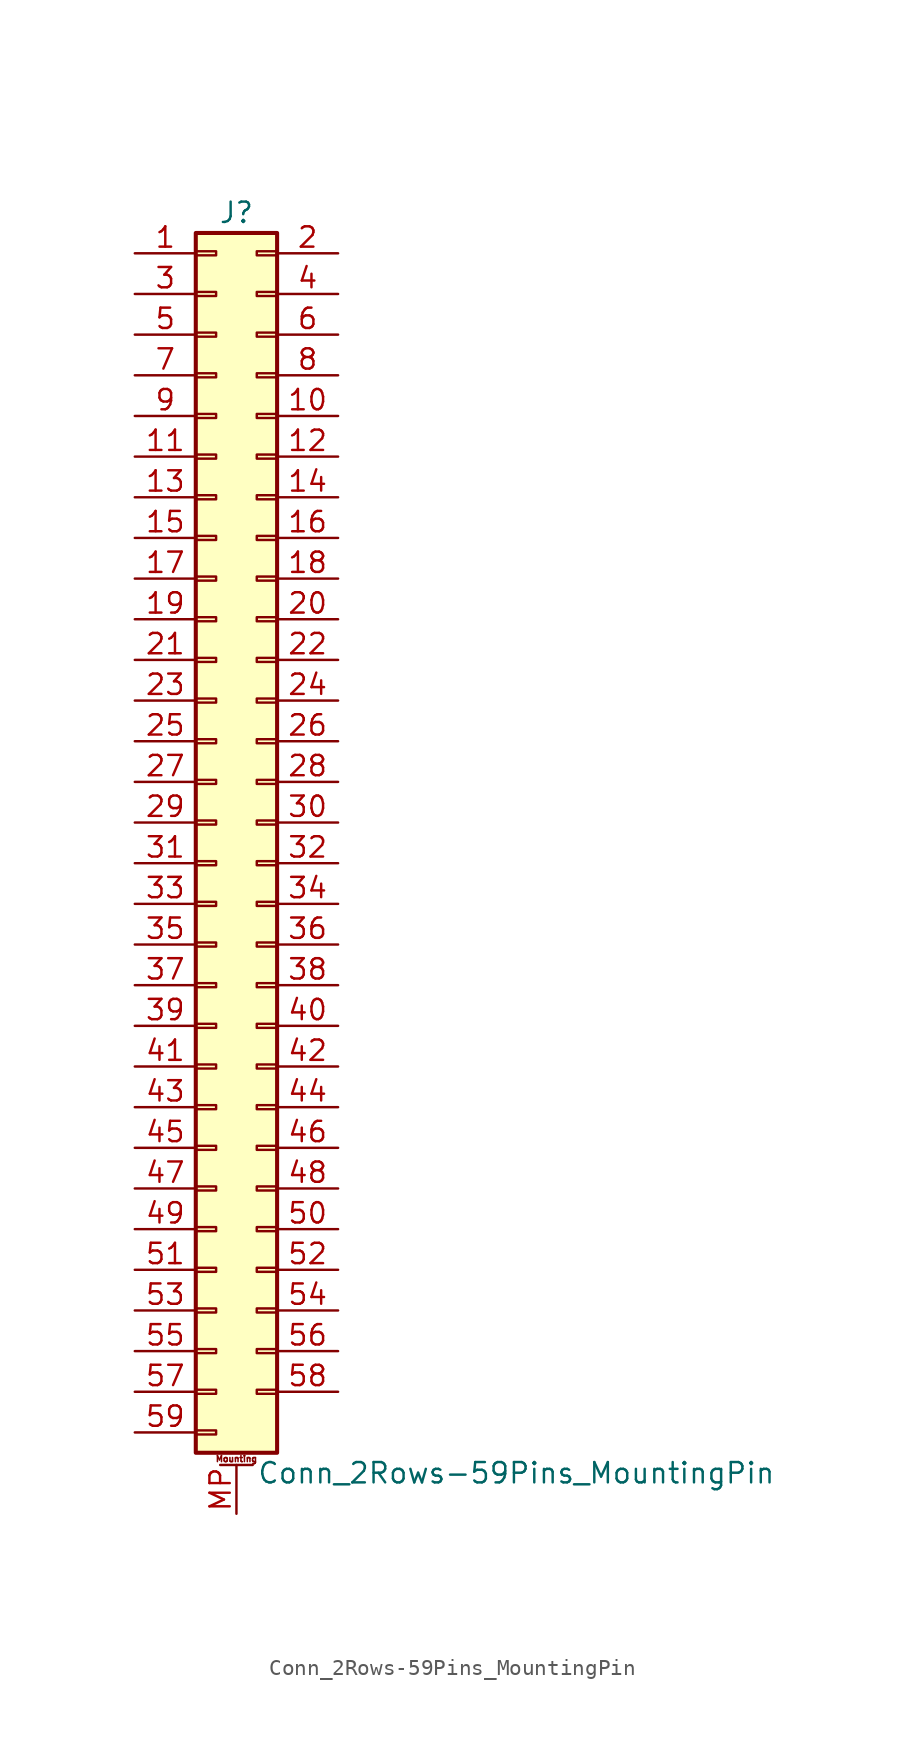
<source format=kicad_sym>
(kicad_symbol_lib
  (version 20201005)
  (generator kicad_symbol_editor)
  (symbol "Conn_2Rows-59Pins_MountingPin"
    (pin_names
      (offset 1.016) hide)
    (property "Reference" "J"
      (at 1.27 38.1 0)
      (effects (font (size 1.27 1.27))))
    (property "Value" "Conn_2Rows-59Pins_MountingPin"
      (at 2.54 -40.64 0)
      (effects (font (size 1.27 1.27)) (justify left)))
    (symbol "Conn_2Rows-59Pins_MountingPin_1_1"
      (text "Mounting" (at 1.27 -39.751 0) (effects (font (size 0.381 0.381))))
      (rectangle (start -1.27 -37.973) (end 0 -38.227) (stroke (width 0.152)) (fill (type none)))
      (rectangle (start -1.27 -35.433) (end 0 -35.687) (stroke (width 0.152)) (fill (type none)))
      (rectangle (start -1.27 -32.893) (end 0 -33.147) (stroke (width 0.152)) (fill (type none)))
      (rectangle (start -1.27 -30.353) (end 0 -30.607) (stroke (width 0.152)) (fill (type none)))
      (rectangle (start -1.27 -27.813) (end 0 -28.067) (stroke (width 0.152)) (fill (type none)))
      (rectangle (start -1.27 -25.273) (end 0 -25.527) (stroke (width 0.152)) (fill (type none)))
      (rectangle (start -1.27 -22.733) (end 0 -22.987) (stroke (width 0.152)) (fill (type none)))
      (rectangle (start -1.27 -20.193) (end 0 -20.447) (stroke (width 0.152)) (fill (type none)))
      (rectangle (start -1.27 -17.653) (end 0 -17.907) (stroke (width 0.152)) (fill (type none)))
      (rectangle (start -1.27 -15.113) (end 0 -15.367) (stroke (width 0.152)) (fill (type none)))
      (rectangle (start -1.27 -12.573) (end 0 -12.827) (stroke (width 0.152)) (fill (type none)))
      (rectangle (start -1.27 -10.033) (end 0 -10.287) (stroke (width 0.152)) (fill (type none)))
      (rectangle (start -1.27 -7.493) (end 0 -7.747) (stroke (width 0.152)) (fill (type none)))
      (rectangle (start -1.27 -4.953) (end 0 -5.207) (stroke (width 0.152)) (fill (type none)))
      (rectangle (start -1.27 -2.413) (end 0 -2.667) (stroke (width 0.152)) (fill (type none)))
      (rectangle (start -1.27 0.127) (end 0 -0.127) (stroke (width 0.152)) (fill (type none)))
      (rectangle (start -1.27 2.667) (end 0 2.413) (stroke (width 0.152)) (fill (type none)))
      (rectangle (start -1.27 5.207) (end 0 4.953) (stroke (width 0.152)) (fill (type none)))
      (rectangle (start -1.27 7.747) (end 0 7.493) (stroke (width 0.152)) (fill (type none)))
      (rectangle (start -1.27 10.287) (end 0 10.033) (stroke (width 0.152)) (fill (type none)))
      (rectangle (start -1.27 12.827) (end 0 12.573) (stroke (width 0.152)) (fill (type none)))
      (rectangle (start -1.27 15.367) (end 0 15.113) (stroke (width 0.152)) (fill (type none)))
      (rectangle (start -1.27 17.907) (end 0 17.653) (stroke (width 0.152)) (fill (type none)))
      (rectangle (start -1.27 20.447) (end 0 20.193) (stroke (width 0.152)) (fill (type none)))
      (rectangle (start -1.27 22.987) (end 0 22.733) (stroke (width 0.152)) (fill (type none)))
      (rectangle (start -1.27 25.527) (end 0 25.273) (stroke (width 0.152)) (fill (type none)))
      (rectangle (start -1.27 28.067) (end 0 27.813) (stroke (width 0.152)) (fill (type none)))
      (rectangle (start -1.27 30.607) (end 0 30.353) (stroke (width 0.152)) (fill (type none)))
      (rectangle (start -1.27 33.147) (end 0 32.893) (stroke (width 0.152)) (fill (type none)))
      (rectangle (start -1.27 35.687) (end 0 35.433) (stroke (width 0.152)) (fill (type none)))
      (rectangle (start 3.81 -35.433) (end 2.54 -35.687) (stroke (width 0.152)) (fill (type none)))
      (rectangle (start 3.81 -32.893) (end 2.54 -33.147) (stroke (width 0.152)) (fill (type none)))
      (rectangle (start 3.81 -30.353) (end 2.54 -30.607) (stroke (width 0.152)) (fill (type none)))
      (rectangle (start 3.81 -27.813) (end 2.54 -28.067) (stroke (width 0.152)) (fill (type none)))
      (rectangle (start 3.81 -25.273) (end 2.54 -25.527) (stroke (width 0.152)) (fill (type none)))
      (rectangle (start 3.81 -22.733) (end 2.54 -22.987) (stroke (width 0.152)) (fill (type none)))
      (rectangle (start 3.81 -20.193) (end 2.54 -20.447) (stroke (width 0.152)) (fill (type none)))
      (rectangle (start 3.81 -17.653) (end 2.54 -17.907) (stroke (width 0.152)) (fill (type none)))
      (rectangle (start 3.81 -15.113) (end 2.54 -15.367) (stroke (width 0.152)) (fill (type none)))
      (rectangle (start 3.81 -12.573) (end 2.54 -12.827) (stroke (width 0.152)) (fill (type none)))
      (rectangle (start 3.81 -10.033) (end 2.54 -10.287) (stroke (width 0.152)) (fill (type none)))
      (rectangle (start 3.81 -7.493) (end 2.54 -7.747) (stroke (width 0.152)) (fill (type none)))
      (rectangle (start 3.81 -4.953) (end 2.54 -5.207) (stroke (width 0.152)) (fill (type none)))
      (rectangle (start 3.81 -2.413) (end 2.54 -2.667) (stroke (width 0.152)) (fill (type none)))
      (rectangle (start 3.81 0.127) (end 2.54 -0.127) (stroke (width 0.152)) (fill (type none)))
      (rectangle (start 3.81 2.667) (end 2.54 2.413) (stroke (width 0.152)) (fill (type none)))
      (rectangle (start 3.81 5.207) (end 2.54 4.953) (stroke (width 0.152)) (fill (type none)))
      (rectangle (start 3.81 7.747) (end 2.54 7.493) (stroke (width 0.152)) (fill (type none)))
      (rectangle (start 3.81 10.287) (end 2.54 10.033) (stroke (width 0.152)) (fill (type none)))
      (rectangle (start 3.81 12.827) (end 2.54 12.573) (stroke (width 0.152)) (fill (type none)))
      (rectangle (start 3.81 15.367) (end 2.54 15.113) (stroke (width 0.152)) (fill (type none)))
      (rectangle (start 3.81 17.907) (end 2.54 17.653) (stroke (width 0.152)) (fill (type none)))
      (rectangle (start 3.81 20.447) (end 2.54 20.193) (stroke (width 0.152)) (fill (type none)))
      (rectangle (start 3.81 22.987) (end 2.54 22.733) (stroke (width 0.152)) (fill (type none)))
      (rectangle (start 3.81 25.527) (end 2.54 25.273) (stroke (width 0.152)) (fill (type none)))
      (rectangle (start 3.81 28.067) (end 2.54 27.813) (stroke (width 0.152)) (fill (type none)))
      (rectangle (start 3.81 30.607) (end 2.54 30.353) (stroke (width 0.152)) (fill (type none)))
      (rectangle (start 3.81 33.147) (end 2.54 32.893) (stroke (width 0.152)) (fill (type none)))
      (rectangle (start 3.81 35.687) (end 2.54 35.433) (stroke (width 0.152)) (fill (type none)))
      (rectangle (start -1.27 36.83) (end 3.81 -39.37) (stroke (width 0.254)) (fill (type background)))
      (polyline (pts (xy 0.254 -40.132) (xy 2.286 -40.132)) (stroke (width 0.152)) (fill (type none)))
      (pin passive line (at -5.08 35.56 0) (length 3.81) (name "Pin_1" (effects (font (size 1.27 1.27)))) (number "1" (effects (font (size 1.27 1.27)))))
      (pin passive line (at 7.62 25.4 180) (length 3.81) (name "Pin_10" (effects (font (size 1.27 1.27)))) (number "10" (effects (font (size 1.27 1.27)))))
      (pin passive line (at -5.08 22.86 0) (length 3.81) (name "Pin_11" (effects (font (size 1.27 1.27)))) (number "11" (effects (font (size 1.27 1.27)))))
      (pin passive line (at 7.62 22.86 180) (length 3.81) (name "Pin_12" (effects (font (size 1.27 1.27)))) (number "12" (effects (font (size 1.27 1.27)))))
      (pin passive line (at -5.08 20.32 0) (length 3.81) (name "Pin_13" (effects (font (size 1.27 1.27)))) (number "13" (effects (font (size 1.27 1.27)))))
      (pin passive line (at 7.62 20.32 180) (length 3.81) (name "Pin_14" (effects (font (size 1.27 1.27)))) (number "14" (effects (font (size 1.27 1.27)))))
      (pin passive line (at -5.08 17.78 0) (length 3.81) (name "Pin_15" (effects (font (size 1.27 1.27)))) (number "15" (effects (font (size 1.27 1.27)))))
      (pin passive line (at 7.62 17.78 180) (length 3.81) (name "Pin_16" (effects (font (size 1.27 1.27)))) (number "16" (effects (font (size 1.27 1.27)))))
      (pin passive line (at -5.08 15.24 0) (length 3.81) (name "Pin_17" (effects (font (size 1.27 1.27)))) (number "17" (effects (font (size 1.27 1.27)))))
      (pin passive line (at 7.62 15.24 180) (length 3.81) (name "Pin_18" (effects (font (size 1.27 1.27)))) (number "18" (effects (font (size 1.27 1.27)))))
      (pin passive line (at -5.08 12.7 0) (length 3.81) (name "Pin_19" (effects (font (size 1.27 1.27)))) (number "19" (effects (font (size 1.27 1.27)))))
      (pin passive line (at 7.62 35.56 180) (length 3.81) (name "Pin_2" (effects (font (size 1.27 1.27)))) (number "2" (effects (font (size 1.27 1.27)))))
      (pin passive line (at 7.62 12.7 180) (length 3.81) (name "Pin_20" (effects (font (size 1.27 1.27)))) (number "20" (effects (font (size 1.27 1.27)))))
      (pin passive line (at -5.08 10.16 0) (length 3.81) (name "Pin_21" (effects (font (size 1.27 1.27)))) (number "21" (effects (font (size 1.27 1.27)))))
      (pin passive line (at 7.62 10.16 180) (length 3.81) (name "Pin_22" (effects (font (size 1.27 1.27)))) (number "22" (effects (font (size 1.27 1.27)))))
      (pin passive line (at -5.08 7.62 0) (length 3.81) (name "Pin_23" (effects (font (size 1.27 1.27)))) (number "23" (effects (font (size 1.27 1.27)))))
      (pin passive line (at 7.62 7.62 180) (length 3.81) (name "Pin_24" (effects (font (size 1.27 1.27)))) (number "24" (effects (font (size 1.27 1.27)))))
      (pin passive line (at -5.08 5.08 0) (length 3.81) (name "Pin_25" (effects (font (size 1.27 1.27)))) (number "25" (effects (font (size 1.27 1.27)))))
      (pin passive line (at 7.62 5.08 180) (length 3.81) (name "Pin_26" (effects (font (size 1.27 1.27)))) (number "26" (effects (font (size 1.27 1.27)))))
      (pin passive line (at -5.08 2.54 0) (length 3.81) (name "Pin_27" (effects (font (size 1.27 1.27)))) (number "27" (effects (font (size 1.27 1.27)))))
      (pin passive line (at 7.62 2.54 180) (length 3.81) (name "Pin_28" (effects (font (size 1.27 1.27)))) (number "28" (effects (font (size 1.27 1.27)))))
      (pin passive line (at -5.08 0 0) (length 3.81) (name "Pin_29" (effects (font (size 1.27 1.27)))) (number "29" (effects (font (size 1.27 1.27)))))
      (pin passive line (at -5.08 33.02 0) (length 3.81) (name "Pin_3" (effects (font (size 1.27 1.27)))) (number "3" (effects (font (size 1.27 1.27)))))
      (pin passive line (at 7.62 0 180) (length 3.81) (name "Pin_30" (effects (font (size 1.27 1.27)))) (number "30" (effects (font (size 1.27 1.27)))))
      (pin passive line (at -5.08 -2.54 0) (length 3.81) (name "Pin_31" (effects (font (size 1.27 1.27)))) (number "31" (effects (font (size 1.27 1.27)))))
      (pin passive line (at 7.62 -2.54 180) (length 3.81) (name "Pin_32" (effects (font (size 1.27 1.27)))) (number "32" (effects (font (size 1.27 1.27)))))
      (pin passive line (at -5.08 -5.08 0) (length 3.81) (name "Pin_33" (effects (font (size 1.27 1.27)))) (number "33" (effects (font (size 1.27 1.27)))))
      (pin passive line (at 7.62 -5.08 180) (length 3.81) (name "Pin_34" (effects (font (size 1.27 1.27)))) (number "34" (effects (font (size 1.27 1.27)))))
      (pin passive line (at -5.08 -7.62 0) (length 3.81) (name "Pin_35" (effects (font (size 1.27 1.27)))) (number "35" (effects (font (size 1.27 1.27)))))
      (pin passive line (at 7.62 -7.62 180) (length 3.81) (name "Pin_36" (effects (font (size 1.27 1.27)))) (number "36" (effects (font (size 1.27 1.27)))))
      (pin passive line (at -5.08 -10.16 0) (length 3.81) (name "Pin_37" (effects (font (size 1.27 1.27)))) (number "37" (effects (font (size 1.27 1.27)))))
      (pin passive line (at 7.62 -10.16 180) (length 3.81) (name "Pin_38" (effects (font (size 1.27 1.27)))) (number "38" (effects (font (size 1.27 1.27)))))
      (pin passive line (at -5.08 -12.7 0) (length 3.81) (name "Pin_39" (effects (font (size 1.27 1.27)))) (number "39" (effects (font (size 1.27 1.27)))))
      (pin passive line (at 7.62 33.02 180) (length 3.81) (name "Pin_4" (effects (font (size 1.27 1.27)))) (number "4" (effects (font (size 1.27 1.27)))))
      (pin passive line (at 7.62 -12.7 180) (length 3.81) (name "Pin_40" (effects (font (size 1.27 1.27)))) (number "40" (effects (font (size 1.27 1.27)))))
      (pin passive line (at -5.08 -15.24 0) (length 3.81) (name "Pin_41" (effects (font (size 1.27 1.27)))) (number "41" (effects (font (size 1.27 1.27)))))
      (pin passive line (at 7.62 -15.24 180) (length 3.81) (name "Pin_42" (effects (font (size 1.27 1.27)))) (number "42" (effects (font (size 1.27 1.27)))))
      (pin passive line (at -5.08 -17.78 0) (length 3.81) (name "Pin_43" (effects (font (size 1.27 1.27)))) (number "43" (effects (font (size 1.27 1.27)))))
      (pin passive line (at 7.62 -17.78 180) (length 3.81) (name "Pin_44" (effects (font (size 1.27 1.27)))) (number "44" (effects (font (size 1.27 1.27)))))
      (pin passive line (at -5.08 -20.32 0) (length 3.81) (name "Pin_45" (effects (font (size 1.27 1.27)))) (number "45" (effects (font (size 1.27 1.27)))))
      (pin passive line (at 7.62 -20.32 180) (length 3.81) (name "Pin_46" (effects (font (size 1.27 1.27)))) (number "46" (effects (font (size 1.27 1.27)))))
      (pin passive line (at -5.08 -22.86 0) (length 3.81) (name "Pin_47" (effects (font (size 1.27 1.27)))) (number "47" (effects (font (size 1.27 1.27)))))
      (pin passive line (at 7.62 -22.86 180) (length 3.81) (name "Pin_48" (effects (font (size 1.27 1.27)))) (number "48" (effects (font (size 1.27 1.27)))))
      (pin passive line (at -5.08 -25.4 0) (length 3.81) (name "Pin_49" (effects (font (size 1.27 1.27)))) (number "49" (effects (font (size 1.27 1.27)))))
      (pin passive line (at -5.08 30.48 0) (length 3.81) (name "Pin_5" (effects (font (size 1.27 1.27)))) (number "5" (effects (font (size 1.27 1.27)))))
      (pin passive line (at 7.62 -25.4 180) (length 3.81) (name "Pin_50" (effects (font (size 1.27 1.27)))) (number "50" (effects (font (size 1.27 1.27)))))
      (pin passive line (at -5.08 -27.94 0) (length 3.81) (name "Pin_51" (effects (font (size 1.27 1.27)))) (number "51" (effects (font (size 1.27 1.27)))))
      (pin passive line (at 7.62 -27.94 180) (length 3.81) (name "Pin_52" (effects (font (size 1.27 1.27)))) (number "52" (effects (font (size 1.27 1.27)))))
      (pin passive line (at -5.08 -30.48 0) (length 3.81) (name "Pin_53" (effects (font (size 1.27 1.27)))) (number "53" (effects (font (size 1.27 1.27)))))
      (pin passive line (at 7.62 -30.48 180) (length 3.81) (name "Pin_54" (effects (font (size 1.27 1.27)))) (number "54" (effects (font (size 1.27 1.27)))))
      (pin passive line (at -5.08 -33.02 0) (length 3.81) (name "Pin_55" (effects (font (size 1.27 1.27)))) (number "55" (effects (font (size 1.27 1.27)))))
      (pin passive line (at 7.62 -33.02 180) (length 3.81) (name "Pin_56" (effects (font (size 1.27 1.27)))) (number "56" (effects (font (size 1.27 1.27)))))
      (pin passive line (at -5.08 -35.56 0) (length 3.81) (name "Pin_57" (effects (font (size 1.27 1.27)))) (number "57" (effects (font (size 1.27 1.27)))))
      (pin passive line (at 7.62 -35.56 180) (length 3.81) (name "Pin_58" (effects (font (size 1.27 1.27)))) (number "58" (effects (font (size 1.27 1.27)))))
      (pin passive line (at -5.08 -38.1 0) (length 3.81) (name "Pin_59" (effects (font (size 1.27 1.27)))) (number "59" (effects (font (size 1.27 1.27)))))
      (pin passive line (at 7.62 30.48 180) (length 3.81) (name "Pin_6" (effects (font (size 1.27 1.27)))) (number "6" (effects (font (size 1.27 1.27)))))
      (pin passive line (at -5.08 27.94 0) (length 3.81) (name "Pin_7" (effects (font (size 1.27 1.27)))) (number "7" (effects (font (size 1.27 1.27)))))
      (pin passive line (at 7.62 27.94 180) (length 3.81) (name "Pin_8" (effects (font (size 1.27 1.27)))) (number "8" (effects (font (size 1.27 1.27)))))
      (pin passive line (at -5.08 25.4 0) (length 3.81) (name "Pin_9" (effects (font (size 1.27 1.27)))) (number "9" (effects (font (size 1.27 1.27)))))
      (pin passive line (at 1.27 -43.18 90) (length 3.048) (name "MountPin" (effects (font (size 1.27 1.27)))) (number "MP" (effects (font (size 1.27 1.27))))))))
</source>
